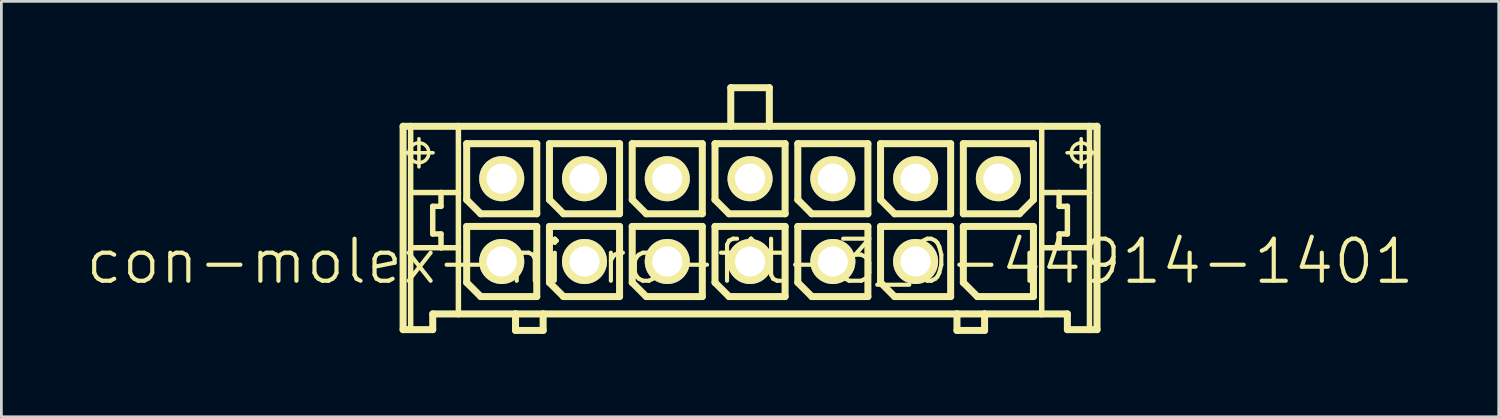
<source format=kicad_pcb>
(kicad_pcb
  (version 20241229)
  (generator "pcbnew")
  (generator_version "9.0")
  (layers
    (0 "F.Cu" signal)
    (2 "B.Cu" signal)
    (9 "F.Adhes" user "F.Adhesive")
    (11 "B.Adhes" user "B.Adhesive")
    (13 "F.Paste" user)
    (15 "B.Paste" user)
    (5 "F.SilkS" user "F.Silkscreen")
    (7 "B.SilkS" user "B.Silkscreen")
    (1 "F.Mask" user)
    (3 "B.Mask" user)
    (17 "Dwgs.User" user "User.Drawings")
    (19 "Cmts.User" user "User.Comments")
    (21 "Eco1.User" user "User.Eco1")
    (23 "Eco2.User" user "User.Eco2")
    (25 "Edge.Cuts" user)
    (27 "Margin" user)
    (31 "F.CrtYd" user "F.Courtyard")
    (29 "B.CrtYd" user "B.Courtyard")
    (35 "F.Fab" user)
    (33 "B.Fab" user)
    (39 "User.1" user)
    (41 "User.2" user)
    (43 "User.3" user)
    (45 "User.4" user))
  (footprint "con-molex-micro-fit-3_0-44914-1401"
    (layer "F.Cu")
    (at 24.13 6.426)
    (property "Reference" "con-molex-micro-fit-3_0-44914-1401" (at 0 0 0) (layer "F.SilkS") (effects (font (size 1.524 1.524) (thickness 0.15))))
    (attr exclude_from_pos_files exclude_from_bom)
    (fp_line (start -12.573 -4.9) (end -12.299 -4.9) (stroke (width 0.254) (type solid)) (layer "F.SilkS"))
    (fp_line (start -12.573 2.469) (end -12.573 -4.9) (stroke (width 0.254) (type solid)) (layer "F.SilkS"))
    (fp_line (start -12.509 -3.94) (end -11.488 -3.94) (stroke (width 0.127) (type solid)) (layer "F.SilkS"))
    (fp_line (start -12.299 -4.9) (end -10.569 -4.9) (stroke (width 0.254) (type solid)) (layer "F.SilkS"))
    (fp_line (start -12.299 -2.499) (end -12.299 -4.9) (stroke (width 0.198) (type solid)) (layer "F.SilkS"))
    (fp_line (start -12.299 -0.498) (end -12.299 -2.499) (stroke (width 0.198) (type solid)) (layer "F.SilkS"))
    (fp_line (start -12.299 2.469) (end -12.573 2.469) (stroke (width 0.254) (type solid)) (layer "F.SilkS"))
    (fp_line (start -12.299 2.469) (end -12.299 -0.498) (stroke (width 0.198) (type solid)) (layer "F.SilkS"))
    (fp_line (start -11.999 -3.429) (end -11.999 -4.448) (stroke (width 0.127) (type solid)) (layer "F.SilkS"))
    (fp_line (start -11.499 -1.999) (end -11.499 -0.998) (stroke (width 0.198) (type solid)) (layer "F.SilkS"))
    (fp_line (start -11.499 -0.998) (end -11.199 -0.998) (stroke (width 0.198) (type solid)) (layer "F.SilkS"))
    (fp_line (start -11.499 1.9) (end -11.499 2.469) (stroke (width 0.254) (type solid)) (layer "F.SilkS"))
    (fp_line (start -11.499 2.469) (end -12.299 2.469) (stroke (width 0.254) (type solid)) (layer "F.SilkS"))
    (fp_line (start -11.199 -2.499) (end -12.299 -2.499) (stroke (width 0.198) (type solid)) (layer "F.SilkS"))
    (fp_line (start -11.199 -2.499) (end -11.199 -1.999) (stroke (width 0.198) (type solid)) (layer "F.SilkS"))
    (fp_line (start -11.199 -1.999) (end -11.499 -1.999) (stroke (width 0.198) (type solid)) (layer "F.SilkS"))
    (fp_line (start -11.199 -0.998) (end -11.199 -0.498) (stroke (width 0.198) (type solid)) (layer "F.SilkS"))
    (fp_line (start -11.199 -0.498) (end -12.299 -0.498) (stroke (width 0.198) (type solid)) (layer "F.SilkS"))
    (fp_line (start -10.569 -4.9) (end -0.699 -4.9) (stroke (width 0.254) (type solid)) (layer "F.SilkS"))
    (fp_line (start -10.569 -2.499) (end -11.199 -2.499) (stroke (width 0.198) (type solid)) (layer "F.SilkS"))
    (fp_line (start -10.569 -2.499) (end -10.569 -4.9) (stroke (width 0.198) (type solid)) (layer "F.SilkS"))
    (fp_line (start -10.569 -0.498) (end -11.199 -0.498) (stroke (width 0.198) (type solid)) (layer "F.SilkS"))
    (fp_line (start -10.569 -0.498) (end -10.569 -2.499) (stroke (width 0.198) (type solid)) (layer "F.SilkS"))
    (fp_line (start -10.569 1.9) (end -11.499 1.9) (stroke (width 0.254) (type solid)) (layer "F.SilkS"))
    (fp_line (start -10.569 1.9) (end -10.569 -0.498) (stroke (width 0.198) (type solid)) (layer "F.SilkS"))
    (fp_line (start -10.269 -4.27) (end -7.729 -4.27) (stroke (width 0.254) (type solid)) (layer "F.SilkS"))
    (fp_line (start -10.269 -2.238) (end -10.269 -4.27) (stroke (width 0.254) (type solid)) (layer "F.SilkS"))
    (fp_line (start -10.269 -1.27) (end -7.729 -1.27) (stroke (width 0.254) (type solid)) (layer "F.SilkS"))
    (fp_line (start -10.269 0.762) (end -10.269 -1.27) (stroke (width 0.254) (type solid)) (layer "F.SilkS"))
    (fp_line (start -9.761 -1.73) (end -10.269 -2.238) (stroke (width 0.254) (type solid)) (layer "F.SilkS"))
    (fp_line (start -9.761 1.27) (end -10.269 0.762) (stroke (width 0.254) (type solid)) (layer "F.SilkS"))
    (fp_line (start -8.499 1.9) (end -10.569 1.9) (stroke (width 0.254) (type solid)) (layer "F.SilkS"))
    (fp_line (start -8.499 1.9) (end -8.499 2.499) (stroke (width 0.254) (type solid)) (layer "F.SilkS"))
    (fp_line (start -8.499 2.499) (end -7.498 2.499) (stroke (width 0.254) (type solid)) (layer "F.SilkS"))
    (fp_line (start -7.729 -4.27) (end -7.729 -1.73) (stroke (width 0.254) (type solid)) (layer "F.SilkS"))
    (fp_line (start -7.729 -1.73) (end -9.761 -1.73) (stroke (width 0.254) (type solid)) (layer "F.SilkS"))
    (fp_line (start -7.729 -1.27) (end -7.729 1.27) (stroke (width 0.254) (type solid)) (layer "F.SilkS"))
    (fp_line (start -7.729 1.27) (end -9.761 1.27) (stroke (width 0.254) (type solid)) (layer "F.SilkS"))
    (fp_line (start -7.498 1.9) (end -8.499 1.9) (stroke (width 0.254) (type solid)) (layer "F.SilkS"))
    (fp_line (start -7.498 2.499) (end -7.498 1.9) (stroke (width 0.254) (type solid)) (layer "F.SilkS"))
    (fp_line (start -7.269 -4.27) (end -4.729 -4.27) (stroke (width 0.254) (type solid)) (layer "F.SilkS"))
    (fp_line (start -7.269 -2.238) (end -7.269 -4.27) (stroke (width 0.254) (type solid)) (layer "F.SilkS"))
    (fp_line (start -7.269 -1.27) (end -4.729 -1.27) (stroke (width 0.254) (type solid)) (layer "F.SilkS"))
    (fp_line (start -7.269 0.762) (end -7.269 -1.27) (stroke (width 0.254) (type solid)) (layer "F.SilkS"))
    (fp_line (start -6.761 -1.73) (end -7.269 -2.238) (stroke (width 0.254) (type solid)) (layer "F.SilkS"))
    (fp_line (start -6.761 1.27) (end -7.269 0.762) (stroke (width 0.254) (type solid)) (layer "F.SilkS"))
    (fp_line (start -4.729 -4.27) (end -4.729 -1.73) (stroke (width 0.254) (type solid)) (layer "F.SilkS"))
    (fp_line (start -4.729 -1.73) (end -6.761 -1.73) (stroke (width 0.254) (type solid)) (layer "F.SilkS"))
    (fp_line (start -4.729 -1.27) (end -4.729 1.27) (stroke (width 0.254) (type solid)) (layer "F.SilkS"))
    (fp_line (start -4.729 1.27) (end -6.761 1.27) (stroke (width 0.254) (type solid)) (layer "F.SilkS"))
    (fp_line (start -4.27 -4.27) (end -1.73 -4.27) (stroke (width 0.254) (type solid)) (layer "F.SilkS"))
    (fp_line (start -4.27 -2.238) (end -4.27 -4.27) (stroke (width 0.254) (type solid)) (layer "F.SilkS"))
    (fp_line (start -4.27 -1.27) (end -1.73 -1.27) (stroke (width 0.254) (type solid)) (layer "F.SilkS"))
    (fp_line (start -4.27 0.762) (end -4.27 -1.27) (stroke (width 0.254) (type solid)) (layer "F.SilkS"))
    (fp_line (start -3.762 -1.73) (end -4.27 -2.238) (stroke (width 0.254) (type solid)) (layer "F.SilkS"))
    (fp_line (start -3.762 1.27) (end -4.27 0.762) (stroke (width 0.254) (type solid)) (layer "F.SilkS"))
    (fp_line (start -1.73 -4.27) (end -1.73 -1.73) (stroke (width 0.254) (type solid)) (layer "F.SilkS"))
    (fp_line (start -1.73 -1.73) (end -3.762 -1.73) (stroke (width 0.254) (type solid)) (layer "F.SilkS"))
    (fp_line (start -1.73 -1.27) (end -1.73 1.27) (stroke (width 0.254) (type solid)) (layer "F.SilkS"))
    (fp_line (start -1.73 1.27) (end -3.762 1.27) (stroke (width 0.254) (type solid)) (layer "F.SilkS"))
    (fp_line (start -1.27 -4.27) (end 1.27 -4.27) (stroke (width 0.254) (type solid)) (layer "F.SilkS"))
    (fp_line (start -1.27 -2.238) (end -1.27 -4.27) (stroke (width 0.254) (type solid)) (layer "F.SilkS"))
    (fp_line (start -1.27 -1.27) (end 1.27 -1.27) (stroke (width 0.254) (type solid)) (layer "F.SilkS"))
    (fp_line (start -1.27 0.762) (end -1.27 -1.27) (stroke (width 0.254) (type solid)) (layer "F.SilkS"))
    (fp_line (start -0.762 -1.73) (end -1.27 -2.238) (stroke (width 0.254) (type solid)) (layer "F.SilkS"))
    (fp_line (start -0.762 1.27) (end -1.27 0.762) (stroke (width 0.254) (type solid)) (layer "F.SilkS"))
    (fp_line (start -0.699 -6.299) (end -0.699 -4.9) (stroke (width 0.254) (type solid)) (layer "F.SilkS"))
    (fp_line (start -0.699 -6.299) (end 0.699 -6.299) (stroke (width 0.254) (type solid)) (layer "F.SilkS"))
    (fp_line (start -0.699 -4.9) (end 0.699 -4.9) (stroke (width 0.254) (type solid)) (layer "F.SilkS"))
    (fp_line (start 0.699 -6.299) (end 0.699 -4.9) (stroke (width 0.254) (type solid)) (layer "F.SilkS"))
    (fp_line (start 0.699 -4.9) (end 10.569 -4.9) (stroke (width 0.254) (type solid)) (layer "F.SilkS"))
    (fp_line (start 1.27 -4.27) (end 1.27 -1.73) (stroke (width 0.254) (type solid)) (layer "F.SilkS"))
    (fp_line (start 1.27 -1.73) (end -0.762 -1.73) (stroke (width 0.254) (type solid)) (layer "F.SilkS"))
    (fp_line (start 1.27 -1.27) (end 1.27 1.27) (stroke (width 0.254) (type solid)) (layer "F.SilkS"))
    (fp_line (start 1.27 1.27) (end -0.762 1.27) (stroke (width 0.254) (type solid)) (layer "F.SilkS"))
    (fp_line (start 1.73 -4.27) (end 4.27 -4.27) (stroke (width 0.254) (type solid)) (layer "F.SilkS"))
    (fp_line (start 1.73 -2.238) (end 1.73 -4.27) (stroke (width 0.254) (type solid)) (layer "F.SilkS"))
    (fp_line (start 1.73 -1.27) (end 4.27 -1.27) (stroke (width 0.254) (type solid)) (layer "F.SilkS"))
    (fp_line (start 1.73 0.762) (end 1.73 -1.27) (stroke (width 0.254) (type solid)) (layer "F.SilkS"))
    (fp_line (start 2.238 -1.73) (end 1.73 -2.238) (stroke (width 0.254) (type solid)) (layer "F.SilkS"))
    (fp_line (start 2.238 1.27) (end 1.73 0.762) (stroke (width 0.254) (type solid)) (layer "F.SilkS"))
    (fp_line (start 4.27 -4.27) (end 4.27 -1.73) (stroke (width 0.254) (type solid)) (layer "F.SilkS"))
    (fp_line (start 4.27 -1.73) (end 2.238 -1.73) (stroke (width 0.254) (type solid)) (layer "F.SilkS"))
    (fp_line (start 4.27 -1.27) (end 4.27 1.27) (stroke (width 0.254) (type solid)) (layer "F.SilkS"))
    (fp_line (start 4.27 1.27) (end 2.238 1.27) (stroke (width 0.254) (type solid)) (layer "F.SilkS"))
    (fp_line (start 4.729 -4.27) (end 7.269 -4.27) (stroke (width 0.254) (type solid)) (layer "F.SilkS"))
    (fp_line (start 4.729 -2.238) (end 4.729 -4.27) (stroke (width 0.254) (type solid)) (layer "F.SilkS"))
    (fp_line (start 4.729 -1.27) (end 7.269 -1.27) (stroke (width 0.254) (type solid)) (layer "F.SilkS"))
    (fp_line (start 4.729 0.762) (end 4.729 -1.27) (stroke (width 0.254) (type solid)) (layer "F.SilkS"))
    (fp_line (start 5.237 -1.73) (end 4.729 -2.238) (stroke (width 0.254) (type solid)) (layer "F.SilkS"))
    (fp_line (start 5.237 1.27) (end 4.729 0.762) (stroke (width 0.254) (type solid)) (layer "F.SilkS"))
    (fp_line (start 7.269 -4.27) (end 7.269 -1.73) (stroke (width 0.254) (type solid)) (layer "F.SilkS"))
    (fp_line (start 7.269 -1.73) (end 5.237 -1.73) (stroke (width 0.254) (type solid)) (layer "F.SilkS"))
    (fp_line (start 7.269 -1.27) (end 7.269 1.27) (stroke (width 0.254) (type solid)) (layer "F.SilkS"))
    (fp_line (start 7.269 1.27) (end 5.237 1.27) (stroke (width 0.254) (type solid)) (layer "F.SilkS"))
    (fp_line (start 7.498 1.9) (end -7.498 1.9) (stroke (width 0.254) (type solid)) (layer "F.SilkS"))
    (fp_line (start 7.498 1.9) (end 7.498 2.499) (stroke (width 0.254) (type solid)) (layer "F.SilkS"))
    (fp_line (start 7.498 2.499) (end 8.499 2.499) (stroke (width 0.254) (type solid)) (layer "F.SilkS"))
    (fp_line (start 7.729 -4.27) (end 7.729 -1.73) (stroke (width 0.254) (type solid)) (layer "F.SilkS"))
    (fp_line (start 7.729 -1.73) (end 9.761 -1.73) (stroke (width 0.254) (type solid)) (layer "F.SilkS"))
    (fp_line (start 7.729 -1.27) (end 10.269 -1.27) (stroke (width 0.254) (type solid)) (layer "F.SilkS"))
    (fp_line (start 7.729 0.762) (end 7.729 -1.27) (stroke (width 0.254) (type solid)) (layer "F.SilkS"))
    (fp_line (start 8.237 1.27) (end 7.729 0.762) (stroke (width 0.254) (type solid)) (layer "F.SilkS"))
    (fp_line (start 8.499 1.9) (end 7.498 1.9) (stroke (width 0.254) (type solid)) (layer "F.SilkS"))
    (fp_line (start 8.499 2.499) (end 8.499 1.9) (stroke (width 0.254) (type solid)) (layer "F.SilkS"))
    (fp_line (start 9.761 -1.73) (end 10.269 -2.238) (stroke (width 0.254) (type solid)) (layer "F.SilkS"))
    (fp_line (start 10.269 -4.27) (end 7.729 -4.27) (stroke (width 0.254) (type solid)) (layer "F.SilkS"))
    (fp_line (start 10.269 -2.238) (end 10.269 -4.27) (stroke (width 0.254) (type solid)) (layer "F.SilkS"))
    (fp_line (start 10.269 -1.27) (end 10.269 1.27) (stroke (width 0.254) (type solid)) (layer "F.SilkS"))
    (fp_line (start 10.269 1.27) (end 8.237 1.27) (stroke (width 0.254) (type solid)) (layer "F.SilkS"))
    (fp_line (start 10.569 -4.9) (end 10.569 -2.499) (stroke (width 0.198) (type solid)) (layer "F.SilkS"))
    (fp_line (start 10.569 -4.9) (end 12.299 -4.9) (stroke (width 0.254) (type solid)) (layer "F.SilkS"))
    (fp_line (start 10.569 -2.499) (end 10.569 -0.498) (stroke (width 0.198) (type solid)) (layer "F.SilkS"))
    (fp_line (start 10.569 -2.499) (end 11.199 -2.499) (stroke (width 0.198) (type solid)) (layer "F.SilkS"))
    (fp_line (start 10.569 -0.498) (end 10.569 1.9) (stroke (width 0.198) (type solid)) (layer "F.SilkS"))
    (fp_line (start 10.569 -0.498) (end 11.199 -0.498) (stroke (width 0.198) (type solid)) (layer "F.SilkS"))
    (fp_line (start 10.569 1.9) (end 8.499 1.9) (stroke (width 0.254) (type solid)) (layer "F.SilkS"))
    (fp_line (start 11.199 -2.499) (end 11.199 -1.999) (stroke (width 0.198) (type solid)) (layer "F.SilkS"))
    (fp_line (start 11.199 -2.499) (end 12.299 -2.499) (stroke (width 0.198) (type solid)) (layer "F.SilkS"))
    (fp_line (start 11.199 -1.999) (end 11.499 -1.999) (stroke (width 0.198) (type solid)) (layer "F.SilkS"))
    (fp_line (start 11.199 -0.998) (end 11.199 -0.498) (stroke (width 0.198) (type solid)) (layer "F.SilkS"))
    (fp_line (start 11.199 -0.498) (end 12.299 -0.498) (stroke (width 0.198) (type solid)) (layer "F.SilkS"))
    (fp_line (start 11.488 -3.94) (end 12.509 -3.94) (stroke (width 0.127) (type solid)) (layer "F.SilkS"))
    (fp_line (start 11.499 -1.999) (end 11.499 -0.998) (stroke (width 0.198) (type solid)) (layer "F.SilkS"))
    (fp_line (start 11.499 -0.998) (end 11.199 -0.998) (stroke (width 0.198) (type solid)) (layer "F.SilkS"))
    (fp_line (start 11.499 1.9) (end 10.569 1.9) (stroke (width 0.254) (type solid)) (layer "F.SilkS"))
    (fp_line (start 11.499 2.469) (end 11.499 1.9) (stroke (width 0.254) (type solid)) (layer "F.SilkS"))
    (fp_line (start 11.499 2.469) (end 12.299 2.469) (stroke (width 0.254) (type solid)) (layer "F.SilkS"))
    (fp_line (start 11.999 -3.429) (end 11.999 -4.448) (stroke (width 0.127) (type solid)) (layer "F.SilkS"))
    (fp_line (start 12.299 -4.9) (end 12.573 -4.9) (stroke (width 0.254) (type solid)) (layer "F.SilkS"))
    (fp_line (start 12.299 -2.499) (end 12.299 -4.9) (stroke (width 0.198) (type solid)) (layer "F.SilkS"))
    (fp_line (start 12.299 -0.498) (end 12.299 -2.499) (stroke (width 0.198) (type solid)) (layer "F.SilkS"))
    (fp_line (start 12.299 2.469) (end 12.299 -0.498) (stroke (width 0.198) (type solid)) (layer "F.SilkS"))
    (fp_line (start 12.299 2.469) (end 12.573 2.469) (stroke (width 0.254) (type solid)) (layer "F.SilkS"))
    (fp_line (start 12.573 -4.9) (end 12.573 2.469) (stroke (width 0.254) (type solid)) (layer "F.SilkS"))
    (fp_circle (center -11.999 -3.94) (end -12.253 -4.194) (stroke (width 0.127) (type solid)) (fill no) (layer "F.SilkS"))
    (fp_circle (center 11.999 -3.94) (end 12.253 -4.194) (stroke (width 0.127) (type solid)) (fill no) (layer "F.SilkS"))
    (pad "P$1" thru_hole rect (at 8.999 0) (size 0.001 0.001) (drill 1.09) (layers "*.Cu" "F.Mask" "F.SilkS" "F.Paste"))
    (pad "P$2" thru_hole circle (at 5.999 0) (size 1.633 1.633) (drill 1.09) (layers "*.Cu" "F.Mask" "F.SilkS" "F.Paste"))
    (pad "P$3" thru_hole circle (at 3 0) (size 1.633 1.633) (drill 1.09) (layers "*.Cu" "F.Mask" "F.SilkS" "F.Paste"))
    (pad "P$4" thru_hole circle (at 0 0) (size 1.633 1.633) (drill 1.09) (layers "*.Cu" "F.Mask" "F.SilkS" "F.Paste"))
    (pad "P$5" thru_hole circle (at -3 0) (size 1.633 1.633) (drill 1.09) (layers "*.Cu" "F.Mask" "F.SilkS" "F.Paste"))
    (pad "P$6" thru_hole circle (at -5.999 0) (size 1.633 1.633) (drill 1.09) (layers "*.Cu" "F.Mask" "F.SilkS" "F.Paste"))
    (pad "P$7" thru_hole circle (at -8.999 0) (size 1.633 1.633) (drill 1.09) (layers "*.Cu" "F.Mask" "F.SilkS" "F.Paste"))
    (pad "P$8" thru_hole circle (at 8.999 -3) (size 1.633 1.633) (drill 1.09) (layers "*.Cu" "F.Mask" "F.SilkS" "F.Paste"))
    (pad "P$9" thru_hole circle (at 5.999 -3) (size 1.633 1.633) (drill 1.09) (layers "*.Cu" "F.Mask" "F.SilkS" "F.Paste"))
    (pad "P$10" thru_hole circle (at 3 -3) (size 1.633 1.633) (drill 1.09) (layers "*.Cu" "F.Mask" "F.SilkS" "F.Paste"))
    (pad "P$11" thru_hole circle (at 0 -3) (size 1.633 1.633) (drill 1.09) (layers "*.Cu" "F.Mask" "F.SilkS" "F.Paste"))
    (pad "P$12" thru_hole circle (at -3 -3) (size 1.633 1.633) (drill 1.09) (layers "*.Cu" "F.Mask" "F.SilkS" "F.Paste"))
    (pad "P$13" thru_hole circle (at -5.999 -3) (size 1.633 1.633) (drill 1.09) (layers "*.Cu" "F.Mask" "F.SilkS" "F.Paste"))
    (pad "P$14" thru_hole circle (at -8.999 -3) (size 1.633 1.633) (drill 1.09) (layers "*.Cu" "F.Mask" "F.SilkS" "F.Paste")))
  (gr_rect
    (start -3 -3)
    (end 51.26 12.053)
    (stroke (width 0.1) (type default))
    (fill no)
    (layer "Edge.Cuts")))
</source>
